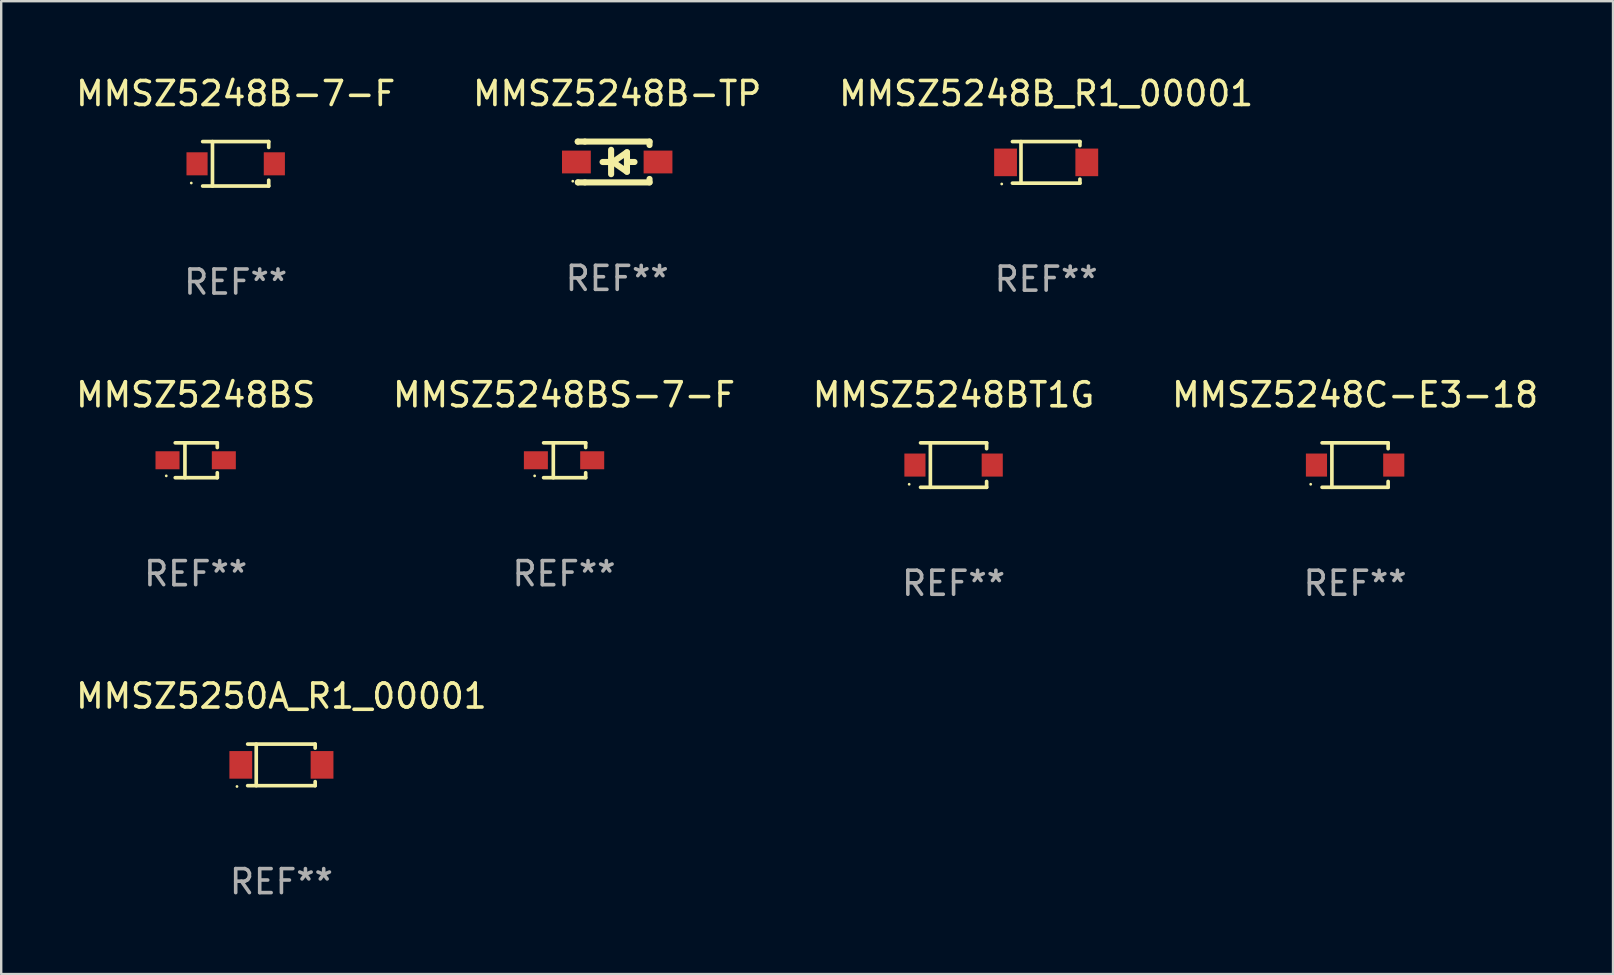
<source format=kicad_pcb>
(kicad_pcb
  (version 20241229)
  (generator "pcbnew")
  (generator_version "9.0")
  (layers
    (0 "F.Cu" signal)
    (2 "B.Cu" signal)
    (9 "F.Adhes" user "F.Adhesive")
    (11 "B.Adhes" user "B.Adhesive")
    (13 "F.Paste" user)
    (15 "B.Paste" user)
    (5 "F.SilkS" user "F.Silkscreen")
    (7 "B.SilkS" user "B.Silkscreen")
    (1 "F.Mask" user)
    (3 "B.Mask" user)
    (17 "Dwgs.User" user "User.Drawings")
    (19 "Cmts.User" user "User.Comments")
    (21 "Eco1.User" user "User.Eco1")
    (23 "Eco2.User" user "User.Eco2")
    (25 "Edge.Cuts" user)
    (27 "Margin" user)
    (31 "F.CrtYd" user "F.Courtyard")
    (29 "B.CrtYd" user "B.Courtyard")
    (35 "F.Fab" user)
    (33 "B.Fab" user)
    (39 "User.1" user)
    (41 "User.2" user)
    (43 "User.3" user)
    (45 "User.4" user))
  (footprint "MMSZ5248B_R1_00001"
    (layer "F.Cu")
    (at 40.53 3.714)
    (property "Reference" "MMSZ5248B_R1_00001" (at 0 -2.866 0) (layer "F.SilkS") (effects (font (size 1 1) (thickness 0.15))))
    (attr through_hole)
    (fp_line (start -1.406 -0.866) (end 1.406 -0.866) (stroke (width 0.152) (type solid)) (layer "F.SilkS"))
    (fp_line (start -1.406 0.866) (end 1.406 0.866) (stroke (width 0.152) (type solid)) (layer "F.SilkS"))
    (fp_line (start -1.049 -0.866) (end -1.049 0.866) (stroke (width 0.152) (type solid)) (layer "F.SilkS"))
    (fp_line (start 1.406 -0.866) (end 1.406 -0.698) (stroke (width 0.152) (type solid)) (layer "F.SilkS"))
    (fp_line (start 1.406 0.866) (end 1.406 0.698) (stroke (width 0.152) (type solid)) (layer "F.SilkS"))
    (fp_circle (center -1.851 0.9) (end -1.821 0.9) (stroke (width 0.06) (type solid)) (fill no) (layer "F.SilkS"))
    (fp_text user "REF**" (at 0 4.866 0) (layer "F.Fab") (effects (font (size 1 1) (thickness 0.15))))
    (pad "1" smd rect (at -1.692 0) (size 0.95 1.15) (layers "F.Cu" "F.Mask" "F.Paste"))
    (pad "2" smd rect (at 1.692 0) (size 0.95 1.15) (layers "F.Cu" "F.Mask" "F.Paste")))
  (footprint "MMSZ5248B-TP"
    (layer "F.Cu")
    (at 22.661 3.698)
    (property "Reference" "MMSZ5248B-TP" (at 0 -2.85 0) (layer "F.SilkS") (effects (font (size 1 1) (thickness 0.15))))
    (attr through_hole)
    (fp_line (start -1.643 -0.85) (end -1.644 -0.849) (stroke (width 0.254) (type solid)) (layer "F.SilkS"))
    (fp_line (start -1.638 0.85) (end -1.639 0.849) (stroke (width 0.254) (type solid)) (layer "F.SilkS"))
    (fp_line (start -1.346 -0.85) (end -1.643 -0.85) (stroke (width 0.254) (type solid)) (layer "F.SilkS"))
    (fp_line (start -1.346 -0.85) (end 1.346 -0.85) (stroke (width 0.254) (type solid)) (layer "F.SilkS"))
    (fp_line (start -1.346 0.85) (end -1.638 0.85) (stroke (width 0.254) (type solid)) (layer "F.SilkS"))
    (fp_line (start -0.28 0) (end -0.61 0) (stroke (width 0.254) (type solid)) (layer "F.SilkS"))
    (fp_line (start -0.254 -0.508) (end -0.254 0.508) (stroke (width 0.254) (type solid)) (layer "F.SilkS"))
    (fp_line (start -0.178 0) (end 0.406 -0.406) (stroke (width 0.254) (type solid)) (layer "F.SilkS"))
    (fp_line (start 0.406 -0.406) (end 0.406 0.406) (stroke (width 0.254) (type solid)) (layer "F.SilkS"))
    (fp_line (start 0.406 -0.000254) (end 0.72 -0.000254) (stroke (width 0.254) (type solid)) (layer "F.SilkS"))
    (fp_line (start 0.406 0.406) (end -0.178 0) (stroke (width 0.254) (type solid)) (layer "F.SilkS"))
    (fp_line (start 1.346 -0.85) (end 1.346 -0.706) (stroke (width 0.254) (type solid)) (layer "F.SilkS"))
    (fp_line (start 1.346 0.706) (end 1.346 0.85) (stroke (width 0.254) (type solid)) (layer "F.SilkS"))
    (fp_line (start 1.346 0.85) (end -1.346 0.85) (stroke (width 0.254) (type solid)) (layer "F.SilkS"))
    (fp_circle (center -1.85 0.8) (end -1.82 0.8) (stroke (width 0.06) (type solid)) (fill no) (layer "F.SilkS"))
    (fp_text user "REF**" (at 0 4.85 0) (layer "F.Fab") (effects (font (size 1 1) (thickness 0.15))))
    (pad "1" smd rect (at -1.7 0) (size 1.2 0.95) (layers "F.Cu" "F.Mask" "F.Paste"))
    (pad "2" smd rect (at 1.7 0) (size 1.2 0.95) (layers "F.Cu" "F.Mask" "F.Paste")))
  (footprint "MMSZ5248C-E3-18"
    (layer "F.Cu")
    (at 53.399 16.323)
    (property "Reference" "MMSZ5248C-E3-18" (at 0 -2.926 0) (layer "F.SilkS") (effects (font (size 1 1) (thickness 0.15))))
    (attr through_hole)
    (fp_line (start -1.376 -0.926) (end 1.376 -0.926) (stroke (width 0.152) (type solid)) (layer "F.SilkS"))
    (fp_line (start -1.376 0.926) (end 1.376 0.926) (stroke (width 0.152) (type solid)) (layer "F.SilkS"))
    (fp_line (start -0.967 -0.926) (end -0.967 0.926) (stroke (width 0.152) (type solid)) (layer "F.SilkS"))
    (fp_line (start 1.376 -0.926) (end 1.376 -0.683) (stroke (width 0.152) (type solid)) (layer "F.SilkS"))
    (fp_line (start 1.376 0.926) (end 1.376 0.683) (stroke (width 0.152) (type solid)) (layer "F.SilkS"))
    (fp_circle (center -1.85 0.8) (end -1.82 0.8) (stroke (width 0.06) (type solid)) (fill no) (layer "F.SilkS"))
    (fp_text user "REF**" (at 0 4.926 0) (layer "F.Fab") (effects (font (size 1 1) (thickness 0.15))))
    (pad "1" smd rect (at -1.61 0) (size 0.88 0.96) (layers "F.Cu" "F.Mask" "F.Paste"))
    (pad "2" smd rect (at 1.61 0) (size 0.88 0.96) (layers "F.Cu" "F.Mask" "F.Paste")))
  (footprint "MMSZ5248BS"
    (layer "F.Cu")
    (at 5.101 16.123)
    (property "Reference" "MMSZ5248BS" (at 0 -2.726 0) (layer "F.SilkS") (effects (font (size 1 1) (thickness 0.15))))
    (attr through_hole)
    (fp_line (start -0.851 -0.726) (end 0.901 -0.726) (stroke (width 0.152) (type solid)) (layer "F.SilkS"))
    (fp_line (start -0.851 0.726) (end 0.901 0.726) (stroke (width 0.152) (type solid)) (layer "F.SilkS"))
    (fp_line (start -0.447 -0.726) (end -0.447 0.726) (stroke (width 0.152) (type solid)) (layer "F.SilkS"))
    (fp_line (start 0.901 -0.726) (end 0.901 -0.53) (stroke (width 0.152) (type solid)) (layer "F.SilkS"))
    (fp_line (start 0.901 0.726) (end 0.901 0.52) (stroke (width 0.152) (type solid)) (layer "F.SilkS"))
    (fp_circle (center -1.225 0.65) (end -1.195 0.65) (stroke (width 0.06) (type solid)) (fill no) (layer "F.SilkS"))
    (fp_text user "REF**" (at 0 4.726 0) (layer "F.Fab") (effects (font (size 1 1) (thickness 0.15))))
    (pad "1" smd rect (at -1.173 0) (size 1 0.75) (layers "F.Cu" "F.Mask" "F.Paste"))
    (pad "2" smd rect (at 1.173 0) (size 1 0.75) (layers "F.Cu" "F.Mask" "F.Paste")))
  (footprint "MMSZ5248BT1G"
    (layer "F.Cu")
    (at 36.673 16.323)
    (property "Reference" "MMSZ5248BT1G" (at 0 -2.926 0) (layer "F.SilkS") (effects (font (size 1 1) (thickness 0.15))))
    (attr through_hole)
    (fp_line (start -1.376 -0.926) (end 1.376 -0.926) (stroke (width 0.152) (type solid)) (layer "F.SilkS"))
    (fp_line (start -1.376 0.926) (end 1.376 0.926) (stroke (width 0.152) (type solid)) (layer "F.SilkS"))
    (fp_line (start -0.967 -0.926) (end -0.967 0.926) (stroke (width 0.152) (type solid)) (layer "F.SilkS"))
    (fp_line (start 1.376 -0.926) (end 1.376 -0.683) (stroke (width 0.152) (type solid)) (layer "F.SilkS"))
    (fp_line (start 1.376 0.926) (end 1.376 0.683) (stroke (width 0.152) (type solid)) (layer "F.SilkS"))
    (fp_circle (center -1.85 0.8) (end -1.82 0.8) (stroke (width 0.06) (type solid)) (fill no) (layer "F.SilkS"))
    (fp_text user "REF**" (at 0 4.926 0) (layer "F.Fab") (effects (font (size 1 1) (thickness 0.15))))
    (pad "1" smd rect (at -1.61 0) (size 0.88 0.96) (layers "F.Cu" "F.Mask" "F.Paste"))
    (pad "2" smd rect (at 1.61 0) (size 0.88 0.96) (layers "F.Cu" "F.Mask" "F.Paste")))
  (footprint "MMSZ5248BS-7-F"
    (layer "F.Cu")
    (at 20.446 16.123)
    (property "Reference" "MMSZ5248BS-7-F" (at 0 -2.726 0) (layer "F.SilkS") (effects (font (size 1 1) (thickness 0.15))))
    (attr through_hole)
    (fp_line (start -0.851 -0.726) (end 0.901 -0.726) (stroke (width 0.152) (type solid)) (layer "F.SilkS"))
    (fp_line (start -0.851 0.726) (end 0.901 0.726) (stroke (width 0.152) (type solid)) (layer "F.SilkS"))
    (fp_line (start -0.447 -0.726) (end -0.447 0.726) (stroke (width 0.152) (type solid)) (layer "F.SilkS"))
    (fp_line (start 0.901 -0.726) (end 0.901 -0.53) (stroke (width 0.152) (type solid)) (layer "F.SilkS"))
    (fp_line (start 0.901 0.726) (end 0.901 0.52) (stroke (width 0.152) (type solid)) (layer "F.SilkS"))
    (fp_circle (center -1.225 0.65) (end -1.195 0.65) (stroke (width 0.06) (type solid)) (fill no) (layer "F.SilkS"))
    (fp_text user "REF**" (at 0 4.726 0) (layer "F.Fab") (effects (font (size 1 1) (thickness 0.15))))
    (pad "1" smd rect (at -1.173 0) (size 1 0.75) (layers "F.Cu" "F.Mask" "F.Paste"))
    (pad "2" smd rect (at 1.173 0) (size 1 0.75) (layers "F.Cu" "F.Mask" "F.Paste")))
  (footprint "MMSZ5250A_R1_00001"
    (layer "F.Cu")
    (at 8.673 28.812)
    (property "Reference" "MMSZ5250A_R1_00001" (at 0 -2.866 0) (layer "F.SilkS") (effects (font (size 1 1) (thickness 0.15))))
    (attr through_hole)
    (fp_line (start -1.406 -0.866) (end 1.406 -0.866) (stroke (width 0.152) (type solid)) (layer "F.SilkS"))
    (fp_line (start -1.406 0.866) (end 1.406 0.866) (stroke (width 0.152) (type solid)) (layer "F.SilkS"))
    (fp_line (start -1.049 -0.866) (end -1.049 0.866) (stroke (width 0.152) (type solid)) (layer "F.SilkS"))
    (fp_line (start 1.406 -0.866) (end 1.406 -0.698) (stroke (width 0.152) (type solid)) (layer "F.SilkS"))
    (fp_line (start 1.406 0.866) (end 1.406 0.698) (stroke (width 0.152) (type solid)) (layer "F.SilkS"))
    (fp_circle (center -1.851 0.9) (end -1.821 0.9) (stroke (width 0.06) (type solid)) (fill no) (layer "F.SilkS"))
    (fp_text user "REF**" (at 0 4.866 0) (layer "F.Fab") (effects (font (size 1 1) (thickness 0.15))))
    (pad "1" smd rect (at -1.692 0) (size 0.95 1.15) (layers "F.Cu" "F.Mask" "F.Paste"))
    (pad "2" smd rect (at 1.692 0) (size 0.95 1.15) (layers "F.Cu" "F.Mask" "F.Paste")))
  (footprint "MMSZ5248B-7-F"
    (layer "F.Cu")
    (at 6.768 3.774)
    (property "Reference" "MMSZ5248B-7-F" (at 0 -2.926 0) (layer "F.SilkS") (effects (font (size 1 1) (thickness 0.15))))
    (attr through_hole)
    (fp_line (start -1.376 -0.926) (end 1.376 -0.926) (stroke (width 0.152) (type solid)) (layer "F.SilkS"))
    (fp_line (start -1.376 0.926) (end 1.376 0.926) (stroke (width 0.152) (type solid)) (layer "F.SilkS"))
    (fp_line (start -0.967 -0.926) (end -0.967 0.926) (stroke (width 0.152) (type solid)) (layer "F.SilkS"))
    (fp_line (start 1.376 -0.926) (end 1.376 -0.683) (stroke (width 0.152) (type solid)) (layer "F.SilkS"))
    (fp_line (start 1.376 0.926) (end 1.376 0.683) (stroke (width 0.152) (type solid)) (layer "F.SilkS"))
    (fp_circle (center -1.85 0.8) (end -1.82 0.8) (stroke (width 0.06) (type solid)) (fill no) (layer "F.SilkS"))
    (fp_text user "REF**" (at 0 4.926 0) (layer "F.Fab") (effects (font (size 1 1) (thickness 0.15))))
    (pad "1" smd rect (at -1.61 0) (size 0.88 0.96) (layers "F.Cu" "F.Mask" "F.Paste"))
    (pad "2" smd rect (at 1.61 0) (size 0.88 0.96) (layers "F.Cu" "F.Mask" "F.Paste")))
  (gr_rect
    (start -3 -3)
    (end 64.143 37.527)
    (stroke (width 0.1) (type default))
    (fill no)
    (layer "Edge.Cuts")))
</source>
